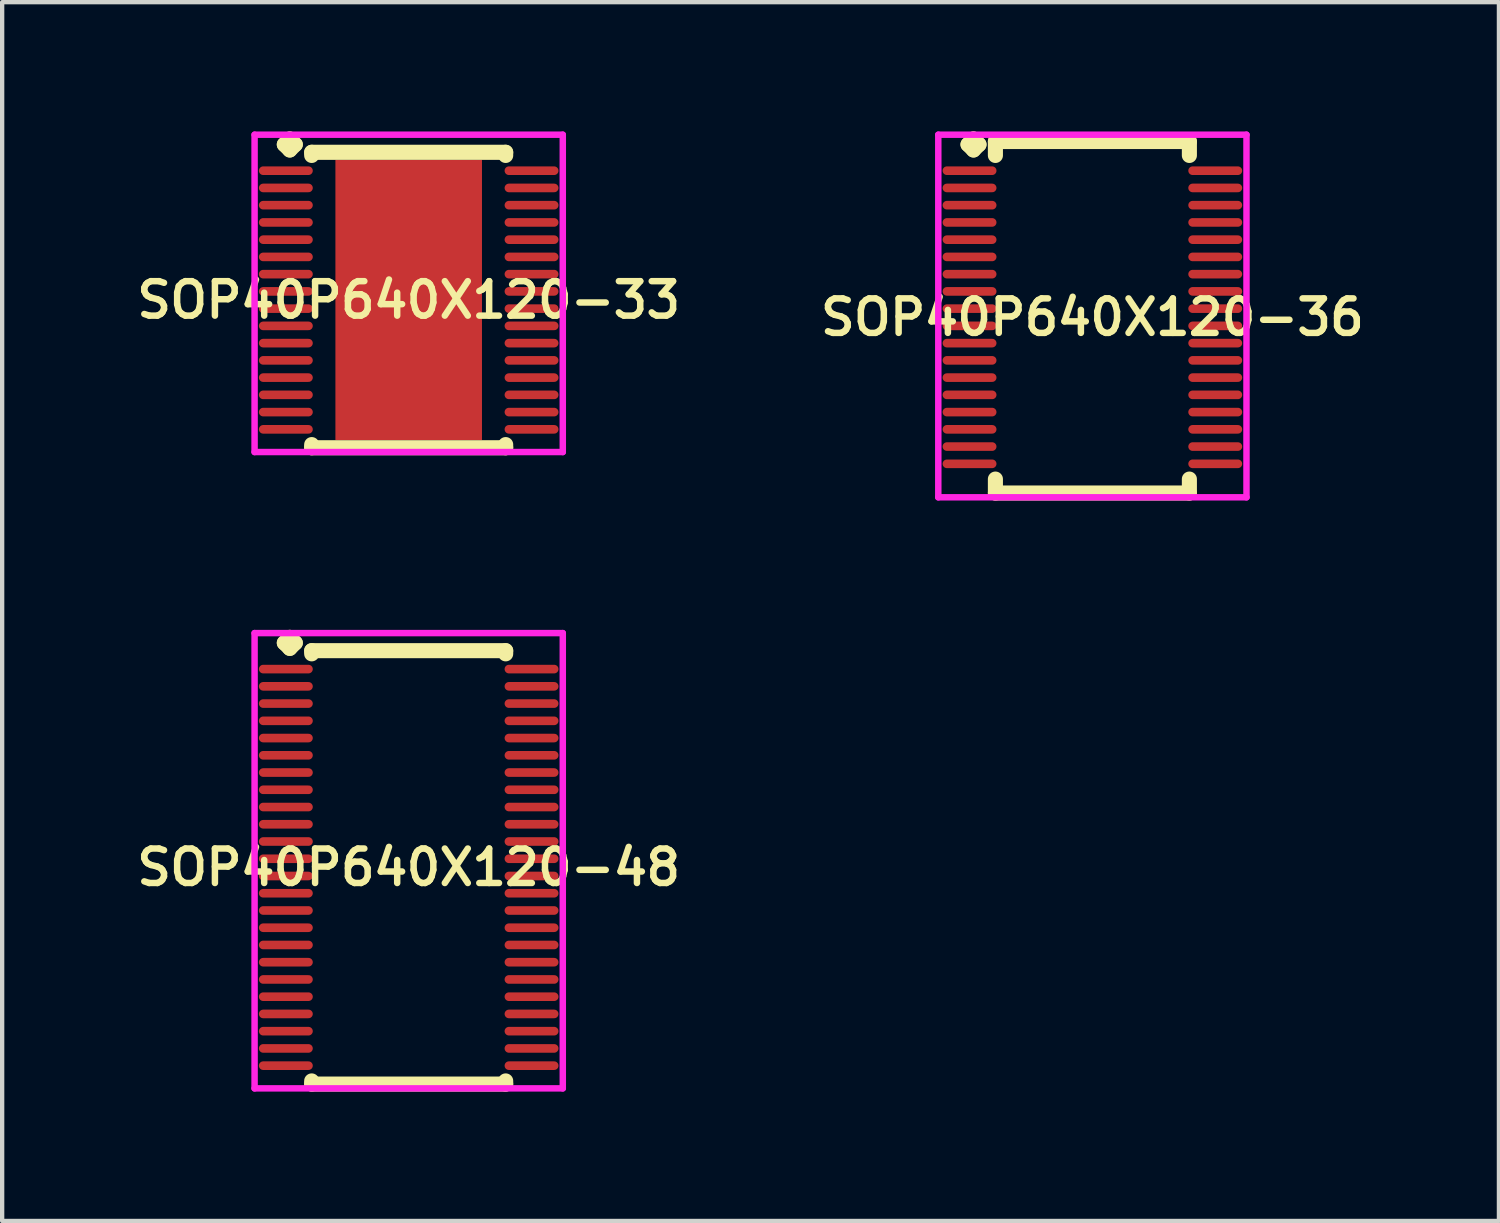
<source format=kicad_pcb>
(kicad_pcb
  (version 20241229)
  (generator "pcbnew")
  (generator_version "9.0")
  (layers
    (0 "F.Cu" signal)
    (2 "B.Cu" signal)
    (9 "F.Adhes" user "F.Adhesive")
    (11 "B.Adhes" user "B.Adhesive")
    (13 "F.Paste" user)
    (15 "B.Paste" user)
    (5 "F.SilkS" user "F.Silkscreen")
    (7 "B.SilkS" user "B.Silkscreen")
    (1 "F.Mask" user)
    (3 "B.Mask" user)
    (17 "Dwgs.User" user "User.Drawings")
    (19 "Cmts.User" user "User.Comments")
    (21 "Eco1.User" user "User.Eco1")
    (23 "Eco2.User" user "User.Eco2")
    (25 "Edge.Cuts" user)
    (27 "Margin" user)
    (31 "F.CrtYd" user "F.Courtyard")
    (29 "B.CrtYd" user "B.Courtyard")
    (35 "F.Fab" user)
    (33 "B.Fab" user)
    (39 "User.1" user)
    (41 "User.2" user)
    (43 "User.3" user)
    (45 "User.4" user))
  (footprint "SOP40P640X120-36"
    (layer "F.Cu")
    (at 22.292 4.31)
    (property "Reference" "SOP40P640X120-36" (at 0 0 0) (layer "F.SilkS") (effects (font (size 0.8 0.8) (thickness 0.15))))
    (attr smd)
    (fp_line (start -2.885 -4.008) (end -2.758 -4.135) (stroke (width 0.35) (type solid)) (layer "F.SilkS"))
    (fp_line (start -2.758 -4.135) (end -2.631 -4.008) (stroke (width 0.35) (type solid)) (layer "F.SilkS"))
    (fp_line (start -2.758 -3.881) (end -2.885 -4.008) (stroke (width 0.35) (type solid)) (layer "F.SilkS"))
    (fp_line (start -2.631 -4.008) (end -2.758 -3.881) (stroke (width 0.35) (type solid)) (layer "F.SilkS"))
    (fp_line (start -2.25 -4.077) (end 2.25 -4.077) (stroke (width 0.35) (type solid)) (layer "F.SilkS"))
    (fp_line (start -2.25 -3.754) (end -2.25 -4.077) (stroke (width 0.35) (type solid)) (layer "F.SilkS"))
    (fp_line (start -2.25 3.754) (end -2.25 4.077) (stroke (width 0.35) (type solid)) (layer "F.SilkS"))
    (fp_line (start -2.25 4.077) (end 2.25 4.077) (stroke (width 0.35) (type solid)) (layer "F.SilkS"))
    (fp_line (start 2.25 -4.077) (end 2.25 -3.754) (stroke (width 0.35) (type solid)) (layer "F.SilkS"))
    (fp_line (start 2.25 4.077) (end 2.25 3.754) (stroke (width 0.35) (type solid)) (layer "F.SilkS"))
    (fp_line (start -3.575 -4.235) (end 3.575 -4.235) (stroke (width 0.15) (type solid)) (layer "F.CrtYd"))
    (fp_line (start -3.575 4.177) (end -3.575 -4.235) (stroke (width 0.15) (type solid)) (layer "F.CrtYd"))
    (fp_line (start 3.575 -4.235) (end 3.575 4.177) (stroke (width 0.15) (type solid)) (layer "F.CrtYd"))
    (fp_line (start 3.575 4.177) (end -3.575 4.177) (stroke (width 0.15) (type solid)) (layer "F.CrtYd"))
    (pad "1" smd oval (at -2.85 -3.4) (size 1.25 0.2) (layers "F.Cu" "F.Mask" "F.Paste"))
    (pad "2" smd oval (at -2.85 -3) (size 1.25 0.2) (layers "F.Cu" "F.Mask" "F.Paste"))
    (pad "3" smd oval (at -2.85 -2.6) (size 1.25 0.2) (layers "F.Cu" "F.Mask" "F.Paste"))
    (pad "4" smd oval (at -2.85 -2.2) (size 1.25 0.2) (layers "F.Cu" "F.Mask" "F.Paste"))
    (pad "5" smd oval (at -2.85 -1.8) (size 1.25 0.2) (layers "F.Cu" "F.Mask" "F.Paste"))
    (pad "6" smd oval (at -2.85 -1.4) (size 1.25 0.2) (layers "F.Cu" "F.Mask" "F.Paste"))
    (pad "7" smd oval (at -2.85 -1) (size 1.25 0.2) (layers "F.Cu" "F.Mask" "F.Paste"))
    (pad "8" smd oval (at -2.85 -0.6) (size 1.25 0.2) (layers "F.Cu" "F.Mask" "F.Paste"))
    (pad "9" smd oval (at -2.85 -0.2) (size 1.25 0.2) (layers "F.Cu" "F.Mask" "F.Paste"))
    (pad "10" smd oval (at -2.85 0.2) (size 1.25 0.2) (layers "F.Cu" "F.Mask" "F.Paste"))
    (pad "11" smd oval (at -2.85 0.6) (size 1.25 0.2) (layers "F.Cu" "F.Mask" "F.Paste"))
    (pad "12" smd oval (at -2.85 1) (size 1.25 0.2) (layers "F.Cu" "F.Mask" "F.Paste"))
    (pad "13" smd oval (at -2.85 1.4) (size 1.25 0.2) (layers "F.Cu" "F.Mask" "F.Paste"))
    (pad "14" smd oval (at -2.85 1.8) (size 1.25 0.2) (layers "F.Cu" "F.Mask" "F.Paste"))
    (pad "15" smd oval (at -2.85 2.2) (size 1.25 0.2) (layers "F.Cu" "F.Mask" "F.Paste"))
    (pad "16" smd oval (at -2.85 2.6) (size 1.25 0.2) (layers "F.Cu" "F.Mask" "F.Paste"))
    (pad "17" smd oval (at -2.85 3) (size 1.25 0.2) (layers "F.Cu" "F.Mask" "F.Paste"))
    (pad "18" smd oval (at -2.85 3.4) (size 1.25 0.2) (layers "F.Cu" "F.Mask" "F.Paste"))
    (pad "19" smd oval (at 2.85 3.4) (size 1.25 0.2) (layers "F.Cu" "F.Mask" "F.Paste"))
    (pad "20" smd oval (at 2.85 3) (size 1.25 0.2) (layers "F.Cu" "F.Mask" "F.Paste"))
    (pad "21" smd oval (at 2.85 2.6) (size 1.25 0.2) (layers "F.Cu" "F.Mask" "F.Paste"))
    (pad "22" smd oval (at 2.85 2.2) (size 1.25 0.2) (layers "F.Cu" "F.Mask" "F.Paste"))
    (pad "23" smd oval (at 2.85 1.8) (size 1.25 0.2) (layers "F.Cu" "F.Mask" "F.Paste"))
    (pad "24" smd oval (at 2.85 1.4) (size 1.25 0.2) (layers "F.Cu" "F.Mask" "F.Paste"))
    (pad "25" smd oval (at 2.85 1) (size 1.25 0.2) (layers "F.Cu" "F.Mask" "F.Paste"))
    (pad "26" smd oval (at 2.85 0.6) (size 1.25 0.2) (layers "F.Cu" "F.Mask" "F.Paste"))
    (pad "27" smd oval (at 2.85 0.2) (size 1.25 0.2) (layers "F.Cu" "F.Mask" "F.Paste"))
    (pad "28" smd oval (at 2.85 -0.2) (size 1.25 0.2) (layers "F.Cu" "F.Mask" "F.Paste"))
    (pad "29" smd oval (at 2.85 -0.6) (size 1.25 0.2) (layers "F.Cu" "F.Mask" "F.Paste"))
    (pad "30" smd oval (at 2.85 -1) (size 1.25 0.2) (layers "F.Cu" "F.Mask" "F.Paste"))
    (pad "31" smd oval (at 2.85 -1.4) (size 1.25 0.2) (layers "F.Cu" "F.Mask" "F.Paste"))
    (pad "32" smd oval (at 2.85 -1.8) (size 1.25 0.2) (layers "F.Cu" "F.Mask" "F.Paste"))
    (pad "33" smd oval (at 2.85 -2.2) (size 1.25 0.2) (layers "F.Cu" "F.Mask" "F.Paste"))
    (pad "34" smd oval (at 2.85 -2.6) (size 1.25 0.2) (layers "F.Cu" "F.Mask" "F.Paste"))
    (pad "35" smd oval (at 2.85 -3) (size 1.25 0.2) (layers "F.Cu" "F.Mask" "F.Paste"))
    (pad "36" smd oval (at 2.85 -3.4) (size 1.25 0.2) (layers "F.Cu" "F.Mask" "F.Paste")))
  (footprint "SOP40P640X120-48"
    (layer "F.Cu")
    (at 6.431 17.072)
    (property "Reference" "SOP40P640X120-48" (at 0 0 0) (layer "F.SilkS") (effects (font (size 0.8 0.8) (thickness 0.15))))
    (attr smd)
    (fp_line (start -2.885 -5.208) (end -2.758 -5.335) (stroke (width 0.35) (type solid)) (layer "F.SilkS"))
    (fp_line (start -2.758 -5.335) (end -2.631 -5.208) (stroke (width 0.35) (type solid)) (layer "F.SilkS"))
    (fp_line (start -2.758 -5.081) (end -2.885 -5.208) (stroke (width 0.35) (type solid)) (layer "F.SilkS"))
    (fp_line (start -2.631 -5.208) (end -2.758 -5.081) (stroke (width 0.35) (type solid)) (layer "F.SilkS"))
    (fp_line (start -2.25 -5.027) (end 2.25 -5.027) (stroke (width 0.35) (type solid)) (layer "F.SilkS"))
    (fp_line (start -2.25 -4.954) (end -2.25 -5.027) (stroke (width 0.35) (type solid)) (layer "F.SilkS"))
    (fp_line (start -2.25 4.954) (end -2.25 5.027) (stroke (width 0.35) (type solid)) (layer "F.SilkS"))
    (fp_line (start -2.25 5.027) (end 2.25 5.027) (stroke (width 0.35) (type solid)) (layer "F.SilkS"))
    (fp_line (start 2.25 -5.027) (end 2.25 -4.954) (stroke (width 0.35) (type solid)) (layer "F.SilkS"))
    (fp_line (start 2.25 5.027) (end 2.25 4.954) (stroke (width 0.35) (type solid)) (layer "F.SilkS"))
    (fp_line (start -3.575 -5.435) (end 3.575 -5.435) (stroke (width 0.15) (type solid)) (layer "F.CrtYd"))
    (fp_line (start -3.575 5.127) (end -3.575 -5.435) (stroke (width 0.15) (type solid)) (layer "F.CrtYd"))
    (fp_line (start 3.575 -5.435) (end 3.575 5.127) (stroke (width 0.15) (type solid)) (layer "F.CrtYd"))
    (fp_line (start 3.575 5.127) (end -3.575 5.127) (stroke (width 0.15) (type solid)) (layer "F.CrtYd"))
    (pad "1" smd oval (at -2.85 -4.6) (size 1.25 0.2) (layers "F.Cu" "F.Mask" "F.Paste"))
    (pad "2" smd oval (at -2.85 -4.2) (size 1.25 0.2) (layers "F.Cu" "F.Mask" "F.Paste"))
    (pad "3" smd oval (at -2.85 -3.8) (size 1.25 0.2) (layers "F.Cu" "F.Mask" "F.Paste"))
    (pad "4" smd oval (at -2.85 -3.4) (size 1.25 0.2) (layers "F.Cu" "F.Mask" "F.Paste"))
    (pad "5" smd oval (at -2.85 -3) (size 1.25 0.2) (layers "F.Cu" "F.Mask" "F.Paste"))
    (pad "6" smd oval (at -2.85 -2.6) (size 1.25 0.2) (layers "F.Cu" "F.Mask" "F.Paste"))
    (pad "7" smd oval (at -2.85 -2.2) (size 1.25 0.2) (layers "F.Cu" "F.Mask" "F.Paste"))
    (pad "8" smd oval (at -2.85 -1.8) (size 1.25 0.2) (layers "F.Cu" "F.Mask" "F.Paste"))
    (pad "9" smd oval (at -2.85 -1.4) (size 1.25 0.2) (layers "F.Cu" "F.Mask" "F.Paste"))
    (pad "10" smd oval (at -2.85 -1) (size 1.25 0.2) (layers "F.Cu" "F.Mask" "F.Paste"))
    (pad "11" smd oval (at -2.85 -0.6) (size 1.25 0.2) (layers "F.Cu" "F.Mask" "F.Paste"))
    (pad "12" smd oval (at -2.85 -0.2) (size 1.25 0.2) (layers "F.Cu" "F.Mask" "F.Paste"))
    (pad "13" smd oval (at -2.85 0.2) (size 1.25 0.2) (layers "F.Cu" "F.Mask" "F.Paste"))
    (pad "14" smd oval (at -2.85 0.6) (size 1.25 0.2) (layers "F.Cu" "F.Mask" "F.Paste"))
    (pad "15" smd oval (at -2.85 1) (size 1.25 0.2) (layers "F.Cu" "F.Mask" "F.Paste"))
    (pad "16" smd oval (at -2.85 1.4) (size 1.25 0.2) (layers "F.Cu" "F.Mask" "F.Paste"))
    (pad "17" smd oval (at -2.85 1.8) (size 1.25 0.2) (layers "F.Cu" "F.Mask" "F.Paste"))
    (pad "18" smd oval (at -2.85 2.2) (size 1.25 0.2) (layers "F.Cu" "F.Mask" "F.Paste"))
    (pad "19" smd oval (at -2.85 2.6) (size 1.25 0.2) (layers "F.Cu" "F.Mask" "F.Paste"))
    (pad "20" smd oval (at -2.85 3) (size 1.25 0.2) (layers "F.Cu" "F.Mask" "F.Paste"))
    (pad "21" smd oval (at -2.85 3.4) (size 1.25 0.2) (layers "F.Cu" "F.Mask" "F.Paste"))
    (pad "22" smd oval (at -2.85 3.8) (size 1.25 0.2) (layers "F.Cu" "F.Mask" "F.Paste"))
    (pad "23" smd oval (at -2.85 4.2) (size 1.25 0.2) (layers "F.Cu" "F.Mask" "F.Paste"))
    (pad "24" smd oval (at -2.85 4.6) (size 1.25 0.2) (layers "F.Cu" "F.Mask" "F.Paste"))
    (pad "25" smd oval (at 2.85 4.6) (size 1.25 0.2) (layers "F.Cu" "F.Mask" "F.Paste"))
    (pad "26" smd oval (at 2.85 4.2) (size 1.25 0.2) (layers "F.Cu" "F.Mask" "F.Paste"))
    (pad "27" smd oval (at 2.85 3.8) (size 1.25 0.2) (layers "F.Cu" "F.Mask" "F.Paste"))
    (pad "28" smd oval (at 2.85 3.4) (size 1.25 0.2) (layers "F.Cu" "F.Mask" "F.Paste"))
    (pad "29" smd oval (at 2.85 3) (size 1.25 0.2) (layers "F.Cu" "F.Mask" "F.Paste"))
    (pad "30" smd oval (at 2.85 2.6) (size 1.25 0.2) (layers "F.Cu" "F.Mask" "F.Paste"))
    (pad "31" smd oval (at 2.85 2.2) (size 1.25 0.2) (layers "F.Cu" "F.Mask" "F.Paste"))
    (pad "32" smd oval (at 2.85 1.8) (size 1.25 0.2) (layers "F.Cu" "F.Mask" "F.Paste"))
    (pad "33" smd oval (at 2.85 1.4) (size 1.25 0.2) (layers "F.Cu" "F.Mask" "F.Paste"))
    (pad "34" smd oval (at 2.85 1) (size 1.25 0.2) (layers "F.Cu" "F.Mask" "F.Paste"))
    (pad "35" smd oval (at 2.85 0.6) (size 1.25 0.2) (layers "F.Cu" "F.Mask" "F.Paste"))
    (pad "36" smd oval (at 2.85 0.2) (size 1.25 0.2) (layers "F.Cu" "F.Mask" "F.Paste"))
    (pad "37" smd oval (at 2.85 -0.2) (size 1.25 0.2) (layers "F.Cu" "F.Mask" "F.Paste"))
    (pad "38" smd oval (at 2.85 -0.6) (size 1.25 0.2) (layers "F.Cu" "F.Mask" "F.Paste"))
    (pad "39" smd oval (at 2.85 -1) (size 1.25 0.2) (layers "F.Cu" "F.Mask" "F.Paste"))
    (pad "40" smd oval (at 2.85 -1.4) (size 1.25 0.2) (layers "F.Cu" "F.Mask" "F.Paste"))
    (pad "41" smd oval (at 2.85 -1.8) (size 1.25 0.2) (layers "F.Cu" "F.Mask" "F.Paste"))
    (pad "42" smd oval (at 2.85 -2.2) (size 1.25 0.2) (layers "F.Cu" "F.Mask" "F.Paste"))
    (pad "43" smd oval (at 2.85 -2.6) (size 1.25 0.2) (layers "F.Cu" "F.Mask" "F.Paste"))
    (pad "44" smd oval (at 2.85 -3) (size 1.25 0.2) (layers "F.Cu" "F.Mask" "F.Paste"))
    (pad "45" smd oval (at 2.85 -3.4) (size 1.25 0.2) (layers "F.Cu" "F.Mask" "F.Paste"))
    (pad "46" smd oval (at 2.85 -3.8) (size 1.25 0.2) (layers "F.Cu" "F.Mask" "F.Paste"))
    (pad "47" smd oval (at 2.85 -4.2) (size 1.25 0.2) (layers "F.Cu" "F.Mask" "F.Paste"))
    (pad "48" smd oval (at 2.85 -4.6) (size 1.25 0.2) (layers "F.Cu" "F.Mask" "F.Paste")))
  (footprint "SOP40P640X120-33"
    (layer "F.Cu")
    (at 6.431 3.91)
    (property "Reference" "SOP40P640X120-33" (at 0 0 0) (layer "F.SilkS") (effects (font (size 0.8 0.8) (thickness 0.15))))
    (attr smd)
    (fp_line (start -2.885 -3.608) (end -2.758 -3.735) (stroke (width 0.35) (type solid)) (layer "F.SilkS"))
    (fp_line (start -2.758 -3.735) (end -2.631 -3.608) (stroke (width 0.35) (type solid)) (layer "F.SilkS"))
    (fp_line (start -2.758 -3.481) (end -2.885 -3.608) (stroke (width 0.35) (type solid)) (layer "F.SilkS"))
    (fp_line (start -2.631 -3.608) (end -2.758 -3.481) (stroke (width 0.35) (type solid)) (layer "F.SilkS"))
    (fp_line (start -2.25 -3.427) (end 2.25 -3.427) (stroke (width 0.35) (type solid)) (layer "F.SilkS"))
    (fp_line (start -2.25 -3.354) (end -2.25 -3.427) (stroke (width 0.35) (type solid)) (layer "F.SilkS"))
    (fp_line (start -2.25 3.354) (end -2.25 3.427) (stroke (width 0.35) (type solid)) (layer "F.SilkS"))
    (fp_line (start -2.25 3.427) (end 2.25 3.427) (stroke (width 0.35) (type solid)) (layer "F.SilkS"))
    (fp_line (start 2.25 -3.427) (end 2.25 -3.354) (stroke (width 0.35) (type solid)) (layer "F.SilkS"))
    (fp_line (start 2.25 3.427) (end 2.25 3.354) (stroke (width 0.35) (type solid)) (layer "F.SilkS"))
    (fp_line (start -3.575 -3.835) (end 3.575 -3.835) (stroke (width 0.15) (type solid)) (layer "F.CrtYd"))
    (fp_line (start -3.575 3.527) (end -3.575 -3.835) (stroke (width 0.15) (type solid)) (layer "F.CrtYd"))
    (fp_line (start 3.575 -3.835) (end 3.575 3.527) (stroke (width 0.15) (type solid)) (layer "F.CrtYd"))
    (fp_line (start 3.575 3.527) (end -3.575 3.527) (stroke (width 0.15) (type solid)) (layer "F.CrtYd"))
    (pad "1" smd oval (at -2.85 -3) (size 1.25 0.2) (layers "F.Cu" "F.Mask" "F.Paste"))
    (pad "2" smd oval (at -2.85 -2.6) (size 1.25 0.2) (layers "F.Cu" "F.Mask" "F.Paste"))
    (pad "3" smd oval (at -2.85 -2.2) (size 1.25 0.2) (layers "F.Cu" "F.Mask" "F.Paste"))
    (pad "4" smd oval (at -2.85 -1.8) (size 1.25 0.2) (layers "F.Cu" "F.Mask" "F.Paste"))
    (pad "5" smd oval (at -2.85 -1.4) (size 1.25 0.2) (layers "F.Cu" "F.Mask" "F.Paste"))
    (pad "6" smd oval (at -2.85 -1) (size 1.25 0.2) (layers "F.Cu" "F.Mask" "F.Paste"))
    (pad "7" smd oval (at -2.85 -0.6) (size 1.25 0.2) (layers "F.Cu" "F.Mask" "F.Paste"))
    (pad "8" smd oval (at -2.85 -0.2) (size 1.25 0.2) (layers "F.Cu" "F.Mask" "F.Paste"))
    (pad "9" smd oval (at -2.85 0.2) (size 1.25 0.2) (layers "F.Cu" "F.Mask" "F.Paste"))
    (pad "10" smd oval (at -2.85 0.6) (size 1.25 0.2) (layers "F.Cu" "F.Mask" "F.Paste"))
    (pad "11" smd oval (at -2.85 1) (size 1.25 0.2) (layers "F.Cu" "F.Mask" "F.Paste"))
    (pad "12" smd oval (at -2.85 1.4) (size 1.25 0.2) (layers "F.Cu" "F.Mask" "F.Paste"))
    (pad "13" smd oval (at -2.85 1.8) (size 1.25 0.2) (layers "F.Cu" "F.Mask" "F.Paste"))
    (pad "14" smd oval (at -2.85 2.2) (size 1.25 0.2) (layers "F.Cu" "F.Mask" "F.Paste"))
    (pad "15" smd oval (at -2.85 2.6) (size 1.25 0.2) (layers "F.Cu" "F.Mask" "F.Paste"))
    (pad "16" smd oval (at -2.85 3) (size 1.25 0.2) (layers "F.Cu" "F.Mask" "F.Paste"))
    (pad "17" smd oval (at 2.85 3) (size 1.25 0.2) (layers "F.Cu" "F.Mask" "F.Paste"))
    (pad "18" smd oval (at 2.85 2.6) (size 1.25 0.2) (layers "F.Cu" "F.Mask" "F.Paste"))
    (pad "19" smd oval (at 2.85 2.2) (size 1.25 0.2) (layers "F.Cu" "F.Mask" "F.Paste"))
    (pad "20" smd oval (at 2.85 1.8) (size 1.25 0.2) (layers "F.Cu" "F.Mask" "F.Paste"))
    (pad "21" smd oval (at 2.85 1.4) (size 1.25 0.2) (layers "F.Cu" "F.Mask" "F.Paste"))
    (pad "22" smd oval (at 2.85 1) (size 1.25 0.2) (layers "F.Cu" "F.Mask" "F.Paste"))
    (pad "23" smd oval (at 2.85 0.6) (size 1.25 0.2) (layers "F.Cu" "F.Mask" "F.Paste"))
    (pad "24" smd oval (at 2.85 0.2) (size 1.25 0.2) (layers "F.Cu" "F.Mask" "F.Paste"))
    (pad "25" smd oval (at 2.85 -0.2) (size 1.25 0.2) (layers "F.Cu" "F.Mask" "F.Paste"))
    (pad "26" smd oval (at 2.85 -0.6) (size 1.25 0.2) (layers "F.Cu" "F.Mask" "F.Paste"))
    (pad "27" smd oval (at 2.85 -1) (size 1.25 0.2) (layers "F.Cu" "F.Mask" "F.Paste"))
    (pad "28" smd oval (at 2.85 -1.4) (size 1.25 0.2) (layers "F.Cu" "F.Mask" "F.Paste"))
    (pad "29" smd oval (at 2.85 -1.8) (size 1.25 0.2) (layers "F.Cu" "F.Mask" "F.Paste"))
    (pad "30" smd oval (at 2.85 -2.2) (size 1.25 0.2) (layers "F.Cu" "F.Mask" "F.Paste"))
    (pad "31" smd oval (at 2.85 -2.6) (size 1.25 0.2) (layers "F.Cu" "F.Mask" "F.Paste"))
    (pad "32" smd oval (at 2.85 -3) (size 1.25 0.2) (layers "F.Cu" "F.Mask" "F.Paste"))
    (pad "33" smd rect (at 0 0) (size 3.4 6.5) (layers "F.Cu" "F.Mask" "F.Paste")))
  (gr_rect
    (start -3 -3)
    (end 31.723 25.274)
    (stroke (width 0.1) (type default))
    (fill no)
    (layer "Edge.Cuts")))
</source>
